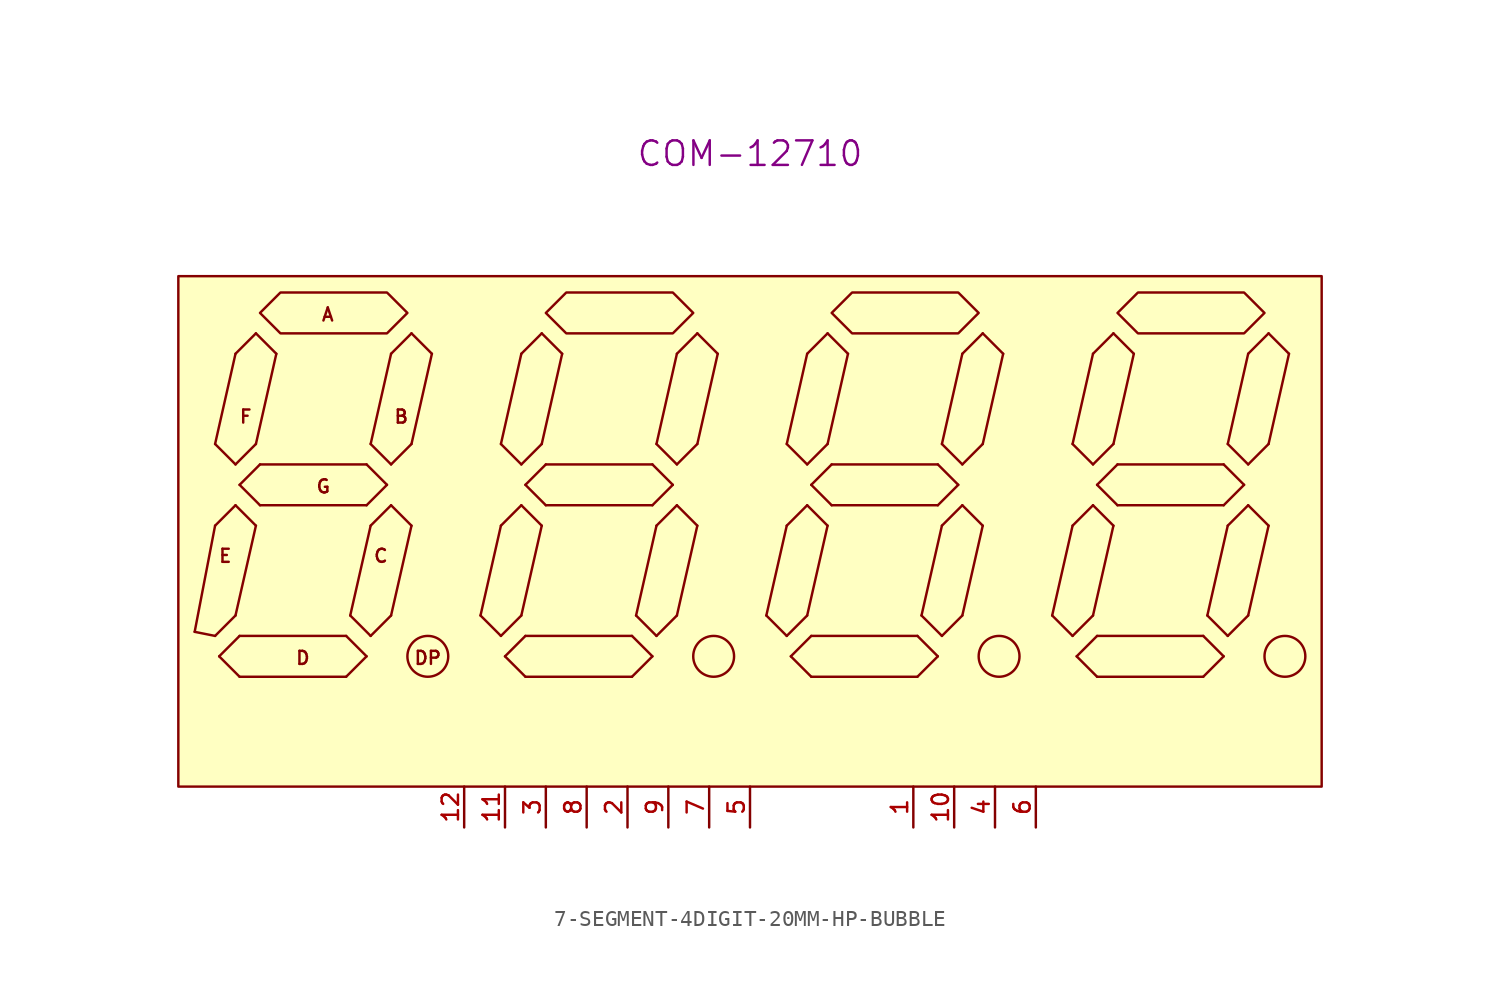
<source format=kicad_sym>
(kicad_symbol_lib
  (version 20220914)
  (generator kicad_symbol_editor)
  (symbol "7-SEGMENT-4DIGIT-20MM-HP-BUBBLE"
    (pin_names
      (offset 1.016) hide)
    (property "Reference" "DISP"
      (at 0 20.32 0)
      (effects (font (size 1.143 1.143)) hide))
    (property "Field4" "COM-12710"
      (at 0 24.13 0)
      (effects (font (size 1.524 1.524))))
    (property "ki_locked" ""
      (at 0 0 0)
      (effects (font (size 1.27 1.27))))
    (symbol "7-SEGMENT-4DIGIT-20MM-HP-BUBBLE_1_0"
      (polyline (pts (xy -34.544 -5.613) (xy -33.274 -5.867)) (stroke (width 0) (type solid)) (fill (type none)))
      (polyline (pts (xy -33.274 -5.867) (xy -32.004 -4.597)) (stroke (width 0) (type solid)) (fill (type none)))
      (polyline (pts (xy -33.274 0.991) (xy -34.544 -5.613)) (stroke (width 0) (type solid)) (fill (type none)))
      (polyline (pts (xy -33.274 6.071) (xy -32.004 4.801)) (stroke (width 0) (type solid)) (fill (type none)))
      (polyline (pts (xy -33.02 -7.137) (xy -31.75 -8.407)) (stroke (width 0) (type solid)) (fill (type none)))
      (polyline (pts (xy -33.02 -7.137) (xy -31.75 -5.867)) (stroke (width 0) (type solid)) (fill (type none)))
      (polyline (pts (xy -32.004 -4.597) (xy -30.734 0.991)) (stroke (width 0) (type solid)) (fill (type none)))
      (polyline (pts (xy -32.004 2.261) (xy -33.274 0.991)) (stroke (width 0) (type solid)) (fill (type none)))
      (polyline (pts (xy -32.004 2.261) (xy -30.734 0.991)) (stroke (width 0) (type solid)) (fill (type none)))
      (polyline (pts (xy -32.004 4.801) (xy -30.734 6.071)) (stroke (width 0) (type solid)) (fill (type none)))
      (polyline (pts (xy -32.004 11.684) (xy -33.274 6.071)) (stroke (width 0) (type solid)) (fill (type none)))
      (polyline (pts (xy -31.75 -8.407) (xy -25.121 -8.407)) (stroke (width 0) (type solid)) (fill (type none)))
      (polyline (pts (xy -31.75 3.531) (xy -30.48 2.261)) (stroke (width 0) (type solid)) (fill (type none)))
      (polyline (pts (xy -31.75 3.531) (xy -30.48 4.801)) (stroke (width 0) (type solid)) (fill (type none)))
      (polyline (pts (xy -30.734 6.071) (xy -29.464 11.684)) (stroke (width 0) (type solid)) (fill (type none)))
      (polyline (pts (xy -30.734 12.954) (xy -32.004 11.684)) (stroke (width 0) (type solid)) (fill (type none)))
      (polyline (pts (xy -30.734 12.954) (xy -29.464 11.684)) (stroke (width 0) (type solid)) (fill (type none)))
      (polyline (pts (xy -30.48 2.261) (xy -23.851 2.261)) (stroke (width 0) (type solid)) (fill (type none)))
      (polyline (pts (xy -25.121 -8.407) (xy -23.851 -7.137)) (stroke (width 0) (type solid)) (fill (type none)))
      (polyline (pts (xy -25.121 -5.867) (xy -31.75 -5.867)) (stroke (width 0) (type solid)) (fill (type none)))
      (polyline (pts (xy -24.867 -4.597) (xy -23.597 -5.867)) (stroke (width 0) (type solid)) (fill (type none)))
      (polyline (pts (xy -23.851 -7.137) (xy -25.121 -5.867)) (stroke (width 0) (type solid)) (fill (type none)))
      (polyline (pts (xy -23.851 2.261) (xy -22.581 3.531)) (stroke (width 0) (type solid)) (fill (type none)))
      (polyline (pts (xy -23.851 4.801) (xy -30.48 4.801)) (stroke (width 0) (type solid)) (fill (type none)))
      (polyline (pts (xy -23.597 -5.867) (xy -22.327 -4.597)) (stroke (width 0) (type solid)) (fill (type none)))
      (polyline (pts (xy -23.597 0.991) (xy -24.867 -4.597)) (stroke (width 0) (type solid)) (fill (type none)))
      (polyline (pts (xy -23.597 6.071) (xy -22.327 4.801)) (stroke (width 0) (type solid)) (fill (type none)))
      (polyline (pts (xy -22.581 3.531) (xy -23.851 4.801)) (stroke (width 0) (type solid)) (fill (type none)))
      (polyline (pts (xy -22.327 -4.597) (xy -21.057 0.991)) (stroke (width 0) (type solid)) (fill (type none)))
      (polyline (pts (xy -22.327 2.261) (xy -23.597 0.991)) (stroke (width 0) (type solid)) (fill (type none)))
      (polyline (pts (xy -22.327 2.261) (xy -21.057 0.991)) (stroke (width 0) (type solid)) (fill (type none)))
      (polyline (pts (xy -22.327 4.801) (xy -21.057 6.071)) (stroke (width 0) (type solid)) (fill (type none)))
      (polyline (pts (xy -22.327 11.684) (xy -23.597 6.071)) (stroke (width 0) (type solid)) (fill (type none)))
      (polyline (pts (xy -21.057 6.071) (xy -19.787 11.684)) (stroke (width 0) (type solid)) (fill (type none)))
      (polyline (pts (xy -21.057 12.954) (xy -22.327 11.684)) (stroke (width 0) (type solid)) (fill (type none)))
      (polyline (pts (xy -21.057 12.954) (xy -19.787 11.684)) (stroke (width 0) (type solid)) (fill (type none)))
      (polyline (pts (xy -16.764 -4.597) (xy -15.494 -5.867)) (stroke (width 0) (type solid)) (fill (type none)))
      (polyline (pts (xy -15.494 -5.867) (xy -14.224 -4.597)) (stroke (width 0) (type solid)) (fill (type none)))
      (polyline (pts (xy -15.494 0.991) (xy -16.764 -4.597)) (stroke (width 0) (type solid)) (fill (type none)))
      (polyline (pts (xy -15.494 6.071) (xy -14.224 4.801)) (stroke (width 0) (type solid)) (fill (type none)))
      (polyline (pts (xy -15.24 -7.137) (xy -13.97 -8.407)) (stroke (width 0) (type solid)) (fill (type none)))
      (polyline (pts (xy -15.24 -7.137) (xy -13.97 -5.867)) (stroke (width 0) (type solid)) (fill (type none)))
      (polyline (pts (xy -14.224 -4.597) (xy -12.954 0.991)) (stroke (width 0) (type solid)) (fill (type none)))
      (polyline (pts (xy -14.224 2.261) (xy -15.494 0.991)) (stroke (width 0) (type solid)) (fill (type none)))
      (polyline (pts (xy -14.224 2.261) (xy -12.954 0.991)) (stroke (width 0) (type solid)) (fill (type none)))
      (polyline (pts (xy -14.224 4.801) (xy -12.954 6.071)) (stroke (width 0) (type solid)) (fill (type none)))
      (polyline (pts (xy -14.224 11.684) (xy -15.494 6.071)) (stroke (width 0) (type solid)) (fill (type none)))
      (polyline (pts (xy -13.97 -8.407) (xy -7.341 -8.407)) (stroke (width 0) (type solid)) (fill (type none)))
      (polyline (pts (xy -13.97 3.531) (xy -12.7 2.261)) (stroke (width 0) (type solid)) (fill (type none)))
      (polyline (pts (xy -13.97 3.531) (xy -12.7 4.801)) (stroke (width 0) (type solid)) (fill (type none)))
      (polyline (pts (xy -12.954 6.071) (xy -11.684 11.684)) (stroke (width 0) (type solid)) (fill (type none)))
      (polyline (pts (xy -12.954 12.954) (xy -14.224 11.684)) (stroke (width 0) (type solid)) (fill (type none)))
      (polyline (pts (xy -12.954 12.954) (xy -11.684 11.684)) (stroke (width 0) (type solid)) (fill (type none)))
      (polyline (pts (xy -12.7 2.261) (xy -6.071 2.261)) (stroke (width 0) (type solid)) (fill (type none)))
      (polyline (pts (xy -7.341 -8.407) (xy -6.071 -7.137)) (stroke (width 0) (type solid)) (fill (type none)))
      (polyline (pts (xy -7.341 -5.867) (xy -13.97 -5.867)) (stroke (width 0) (type solid)) (fill (type none)))
      (polyline (pts (xy -7.087 -4.597) (xy -5.817 -5.867)) (stroke (width 0) (type solid)) (fill (type none)))
      (polyline (pts (xy -6.071 -7.137) (xy -7.341 -5.867)) (stroke (width 0) (type solid)) (fill (type none)))
      (polyline (pts (xy -6.071 2.261) (xy -4.801 3.531)) (stroke (width 0) (type solid)) (fill (type none)))
      (polyline (pts (xy -6.071 4.801) (xy -12.7 4.801)) (stroke (width 0) (type solid)) (fill (type none)))
      (polyline (pts (xy -5.817 -5.867) (xy -4.547 -4.597)) (stroke (width 0) (type solid)) (fill (type none)))
      (polyline (pts (xy -5.817 0.991) (xy -7.087 -4.597)) (stroke (width 0) (type solid)) (fill (type none)))
      (polyline (pts (xy -5.817 6.071) (xy -4.547 4.801)) (stroke (width 0) (type solid)) (fill (type none)))
      (polyline (pts (xy -4.801 3.531) (xy -6.071 4.801)) (stroke (width 0) (type solid)) (fill (type none)))
      (polyline (pts (xy -4.547 -4.597) (xy -3.277 0.991)) (stroke (width 0) (type solid)) (fill (type none)))
      (polyline (pts (xy -4.547 2.261) (xy -5.817 0.991)) (stroke (width 0) (type solid)) (fill (type none)))
      (polyline (pts (xy -4.547 2.261) (xy -3.277 0.991)) (stroke (width 0) (type solid)) (fill (type none)))
      (polyline (pts (xy -4.547 4.801) (xy -3.277 6.071)) (stroke (width 0) (type solid)) (fill (type none)))
      (polyline (pts (xy -4.547 11.684) (xy -5.817 6.071)) (stroke (width 0) (type solid)) (fill (type none)))
      (polyline (pts (xy -3.277 6.071) (xy -2.007 11.684)) (stroke (width 0) (type solid)) (fill (type none)))
      (polyline (pts (xy -3.277 12.954) (xy -4.547 11.684)) (stroke (width 0) (type solid)) (fill (type none)))
      (polyline (pts (xy -3.277 12.954) (xy -2.007 11.684)) (stroke (width 0) (type solid)) (fill (type none)))
      (polyline (pts (xy 1.016 -4.597) (xy 2.286 -5.867)) (stroke (width 0) (type solid)) (fill (type none)))
      (polyline (pts (xy 2.286 -5.867) (xy 3.556 -4.597)) (stroke (width 0) (type solid)) (fill (type none)))
      (polyline (pts (xy 2.286 0.991) (xy 1.016 -4.597)) (stroke (width 0) (type solid)) (fill (type none)))
      (polyline (pts (xy 2.286 6.071) (xy 3.556 4.801)) (stroke (width 0) (type solid)) (fill (type none)))
      (polyline (pts (xy 2.54 -7.137) (xy 3.81 -8.407)) (stroke (width 0) (type solid)) (fill (type none)))
      (polyline (pts (xy 2.54 -7.137) (xy 3.81 -5.867)) (stroke (width 0) (type solid)) (fill (type none)))
      (polyline (pts (xy 3.556 -4.597) (xy 4.826 0.991)) (stroke (width 0) (type solid)) (fill (type none)))
      (polyline (pts (xy 3.556 2.261) (xy 2.286 0.991)) (stroke (width 0) (type solid)) (fill (type none)))
      (polyline (pts (xy 3.556 2.261) (xy 4.826 0.991)) (stroke (width 0) (type solid)) (fill (type none)))
      (polyline (pts (xy 3.556 4.801) (xy 4.826 6.071)) (stroke (width 0) (type solid)) (fill (type none)))
      (polyline (pts (xy 3.556 11.684) (xy 2.286 6.071)) (stroke (width 0) (type solid)) (fill (type none)))
      (polyline (pts (xy 3.81 -8.407) (xy 10.414 -8.407)) (stroke (width 0) (type solid)) (fill (type none)))
      (polyline (pts (xy 3.81 3.531) (xy 5.08 2.261)) (stroke (width 0) (type solid)) (fill (type none)))
      (polyline (pts (xy 3.81 3.531) (xy 5.08 4.801)) (stroke (width 0) (type solid)) (fill (type none)))
      (polyline (pts (xy 4.826 6.071) (xy 6.096 11.684)) (stroke (width 0) (type solid)) (fill (type none)))
      (polyline (pts (xy 4.826 12.954) (xy 3.556 11.684)) (stroke (width 0) (type solid)) (fill (type none)))
      (polyline (pts (xy 4.826 12.954) (xy 6.096 11.684)) (stroke (width 0) (type solid)) (fill (type none)))
      (polyline (pts (xy 5.08 2.261) (xy 11.684 2.261)) (stroke (width 0) (type solid)) (fill (type none)))
      (polyline (pts (xy 10.414 -8.407) (xy 11.684 -7.137)) (stroke (width 0) (type solid)) (fill (type none)))
      (polyline (pts (xy 10.414 -5.867) (xy 3.81 -5.867)) (stroke (width 0) (type solid)) (fill (type none)))
      (polyline (pts (xy 10.668 -4.597) (xy 11.938 -5.867)) (stroke (width 0) (type solid)) (fill (type none)))
      (polyline (pts (xy 11.684 -7.137) (xy 10.414 -5.867)) (stroke (width 0) (type solid)) (fill (type none)))
      (polyline (pts (xy 11.684 2.261) (xy 12.954 3.531)) (stroke (width 0) (type solid)) (fill (type none)))
      (polyline (pts (xy 11.684 4.801) (xy 5.08 4.801)) (stroke (width 0) (type solid)) (fill (type none)))
      (polyline (pts (xy 11.938 -5.867) (xy 13.208 -4.597)) (stroke (width 0) (type solid)) (fill (type none)))
      (polyline (pts (xy 11.938 0.991) (xy 10.668 -4.597)) (stroke (width 0) (type solid)) (fill (type none)))
      (polyline (pts (xy 11.938 6.071) (xy 13.208 4.801)) (stroke (width 0) (type solid)) (fill (type none)))
      (polyline (pts (xy 12.954 3.531) (xy 11.684 4.801)) (stroke (width 0) (type solid)) (fill (type none)))
      (polyline (pts (xy 13.208 -4.597) (xy 14.478 0.991)) (stroke (width 0) (type solid)) (fill (type none)))
      (polyline (pts (xy 13.208 2.261) (xy 11.938 0.991)) (stroke (width 0) (type solid)) (fill (type none)))
      (polyline (pts (xy 13.208 2.261) (xy 14.478 0.991)) (stroke (width 0) (type solid)) (fill (type none)))
      (polyline (pts (xy 13.208 4.801) (xy 14.478 6.071)) (stroke (width 0) (type solid)) (fill (type none)))
      (polyline (pts (xy 13.208 11.684) (xy 11.938 6.071)) (stroke (width 0) (type solid)) (fill (type none)))
      (polyline (pts (xy 14.478 6.071) (xy 15.748 11.684)) (stroke (width 0) (type solid)) (fill (type none)))
      (polyline (pts (xy 14.478 12.954) (xy 13.208 11.684)) (stroke (width 0) (type solid)) (fill (type none)))
      (polyline (pts (xy 14.478 12.954) (xy 15.748 11.684)) (stroke (width 0) (type solid)) (fill (type none)))
      (polyline (pts (xy 18.796 -4.597) (xy 20.066 -5.867)) (stroke (width 0) (type solid)) (fill (type none)))
      (polyline (pts (xy 20.066 -5.867) (xy 21.336 -4.597)) (stroke (width 0) (type solid)) (fill (type none)))
      (polyline (pts (xy 20.066 0.991) (xy 18.796 -4.597)) (stroke (width 0) (type solid)) (fill (type none)))
      (polyline (pts (xy 20.066 6.071) (xy 21.336 4.801)) (stroke (width 0) (type solid)) (fill (type none)))
      (polyline (pts (xy 20.32 -7.137) (xy 21.59 -8.407)) (stroke (width 0) (type solid)) (fill (type none)))
      (polyline (pts (xy 20.32 -7.137) (xy 21.59 -5.867)) (stroke (width 0) (type solid)) (fill (type none)))
      (polyline (pts (xy 21.336 -4.597) (xy 22.606 0.991)) (stroke (width 0) (type solid)) (fill (type none)))
      (polyline (pts (xy 21.336 2.261) (xy 20.066 0.991)) (stroke (width 0) (type solid)) (fill (type none)))
      (polyline (pts (xy 21.336 2.261) (xy 22.606 0.991)) (stroke (width 0) (type solid)) (fill (type none)))
      (polyline (pts (xy 21.336 4.801) (xy 22.606 6.071)) (stroke (width 0) (type solid)) (fill (type none)))
      (polyline (pts (xy 21.336 11.684) (xy 20.066 6.071)) (stroke (width 0) (type solid)) (fill (type none)))
      (polyline (pts (xy 21.59 -8.407) (xy 28.194 -8.407)) (stroke (width 0) (type solid)) (fill (type none)))
      (polyline (pts (xy 21.59 3.531) (xy 22.86 2.261)) (stroke (width 0) (type solid)) (fill (type none)))
      (polyline (pts (xy 21.59 3.531) (xy 22.86 4.801)) (stroke (width 0) (type solid)) (fill (type none)))
      (polyline (pts (xy 22.606 6.071) (xy 23.876 11.684)) (stroke (width 0) (type solid)) (fill (type none)))
      (polyline (pts (xy 22.606 12.954) (xy 21.336 11.684)) (stroke (width 0) (type solid)) (fill (type none)))
      (polyline (pts (xy 22.606 12.954) (xy 23.876 11.684)) (stroke (width 0) (type solid)) (fill (type none)))
      (polyline (pts (xy 22.86 2.261) (xy 29.464 2.261)) (stroke (width 0) (type solid)) (fill (type none)))
      (polyline (pts (xy 28.194 -8.407) (xy 29.464 -7.137)) (stroke (width 0) (type solid)) (fill (type none)))
      (polyline (pts (xy 28.194 -5.867) (xy 21.59 -5.867)) (stroke (width 0) (type solid)) (fill (type none)))
      (polyline (pts (xy 28.448 -4.597) (xy 29.718 -5.867)) (stroke (width 0) (type solid)) (fill (type none)))
      (polyline (pts (xy 29.464 -7.137) (xy 28.194 -5.867)) (stroke (width 0) (type solid)) (fill (type none)))
      (polyline (pts (xy 29.464 2.261) (xy 30.734 3.531)) (stroke (width 0) (type solid)) (fill (type none)))
      (polyline (pts (xy 29.464 4.801) (xy 22.86 4.801)) (stroke (width 0) (type solid)) (fill (type none)))
      (polyline (pts (xy 29.718 -5.867) (xy 30.988 -4.597)) (stroke (width 0) (type solid)) (fill (type none)))
      (polyline (pts (xy 29.718 0.991) (xy 28.448 -4.597)) (stroke (width 0) (type solid)) (fill (type none)))
      (polyline (pts (xy 29.718 6.071) (xy 30.988 4.801)) (stroke (width 0) (type solid)) (fill (type none)))
      (polyline (pts (xy 30.734 3.531) (xy 29.464 4.801)) (stroke (width 0) (type solid)) (fill (type none)))
      (polyline (pts (xy 30.988 -4.597) (xy 32.258 0.991)) (stroke (width 0) (type solid)) (fill (type none)))
      (polyline (pts (xy 30.988 2.261) (xy 29.718 0.991)) (stroke (width 0) (type solid)) (fill (type none)))
      (polyline (pts (xy 30.988 2.261) (xy 32.258 0.991)) (stroke (width 0) (type solid)) (fill (type none)))
      (polyline (pts (xy 30.988 4.801) (xy 32.258 6.071)) (stroke (width 0) (type solid)) (fill (type none)))
      (polyline (pts (xy 30.988 11.684) (xy 29.718 6.071)) (stroke (width 0) (type solid)) (fill (type none)))
      (polyline (pts (xy 32.258 6.071) (xy 33.528 11.684)) (stroke (width 0) (type solid)) (fill (type none)))
      (polyline (pts (xy 32.258 12.954) (xy 30.988 11.684)) (stroke (width 0) (type solid)) (fill (type none)))
      (polyline (pts (xy 32.258 12.954) (xy 33.528 11.684)) (stroke (width 0) (type solid)) (fill (type none)))
      (text "A" (at -26.264 14.122 0) (effects (font (size 0.813 0.813))))
      (text "B" (at -21.692 7.772 0) (effects (font (size 0.813 0.813))))
      (text "C" (at -22.962 -0.889 0) (effects (font (size 0.813 0.813))))
      (text "D" (at -27.813 -7.239 0) (effects (font (size 0.813 0.813))))
      (text "DP" (at -20.041 -7.239 0) (effects (font (size 0.813 0.813))))
      (text "E" (at -32.639 -0.889 0) (effects (font (size 0.813 0.813))))
      (text "F" (at -31.369 7.772 0) (effects (font (size 0.813 0.813))))
      (text "G" (at -26.543 3.429 0) (effects (font (size 0.813 0.813)))))
    (symbol "7-SEGMENT-4DIGIT-20MM-HP-BUBBLE_1_1"
      (circle (center -20.041 -7.137) (radius 1.27) (stroke (width 0) (type solid)) (fill (type none)))
      (circle (center -2.261 -7.137) (radius 1.27) (stroke (width 0) (type solid)) (fill (type none)))
      (polyline (pts (xy -35.56 16.51) (xy 35.56 16.51) (xy 35.56 -15.24) (xy -35.56 -15.24) (xy -35.56 16.51)) (stroke (width 0) (type solid)) (fill (type background)))
      (polyline (pts (xy -22.581 15.494) (xy -21.311 14.224) (xy -22.581 12.954) (xy -29.21 12.954) (xy -30.48 14.224) (xy -29.21 15.494) (xy -22.581 15.494)) (stroke (width 0) (type solid)) (fill (type background)))
      (polyline (pts (xy -4.801 15.494) (xy -3.531 14.224) (xy -4.801 12.954) (xy -11.43 12.954) (xy -12.7 14.224) (xy -11.43 15.494) (xy -4.801 15.494)) (stroke (width 0) (type solid)) (fill (type background)))
      (polyline (pts (xy 12.954 15.494) (xy 14.224 14.224) (xy 12.954 12.954) (xy 6.35 12.954) (xy 5.08 14.224) (xy 6.35 15.494) (xy 12.954 15.494)) (stroke (width 0) (type solid)) (fill (type background)))
      (polyline (pts (xy 30.734 15.494) (xy 32.004 14.224) (xy 30.734 12.954) (xy 24.13 12.954) (xy 22.86 14.224) (xy 24.13 15.494) (xy 30.734 15.494)) (stroke (width 0) (type solid)) (fill (type background)))
      (circle (center 15.494 -7.137) (radius 1.27) (stroke (width 0) (type solid)) (fill (type none)))
      (circle (center 33.274 -7.137) (radius 1.27) (stroke (width 0) (type solid)) (fill (type none)))
      (pin bidirectional line (at 10.16 -17.78 90) (length 2.54) (name "D1" (effects (font (size 1.016 1.016)))) (number "1" (effects (font (size 1.016 1.016)))))
      (pin bidirectional line (at 12.7 -17.78 90) (length 2.54) (name "D2" (effects (font (size 1.016 1.016)))) (number "10" (effects (font (size 1.016 1.016)))))
      (pin bidirectional line (at -15.24 -17.78 90) (length 2.54) (name "B" (effects (font (size 1.016 1.016)))) (number "11" (effects (font (size 1.016 1.016)))))
      (pin bidirectional line (at -17.78 -17.78 90) (length 2.54) (name "A" (effects (font (size 1.016 1.016)))) (number "12" (effects (font (size 1.016 1.016)))))
      (pin bidirectional line (at -7.62 -17.78 90) (length 2.54) (name "E" (effects (font (size 1.016 1.016)))) (number "2" (effects (font (size 1.016 1.016)))))
      (pin bidirectional line (at -12.7 -17.78 90) (length 2.54) (name "C" (effects (font (size 1.016 1.016)))) (number "3" (effects (font (size 1.016 1.016)))))
      (pin bidirectional line (at 15.24 -17.78 90) (length 2.54) (name "D3" (effects (font (size 1.016 1.016)))) (number "4" (effects (font (size 1.016 1.016)))))
      (pin bidirectional line (at 0 -17.78 90) (length 2.54) (name "DP" (effects (font (size 1.016 1.016)))) (number "5" (effects (font (size 1.016 1.016)))))
      (pin bidirectional line (at 17.78 -17.78 90) (length 2.54) (name "D4" (effects (font (size 1.016 1.016)))) (number "6" (effects (font (size 1.016 1.016)))))
      (pin bidirectional line (at -2.54 -17.78 90) (length 2.54) (name "G" (effects (font (size 1.016 1.016)))) (number "7" (effects (font (size 1.016 1.016)))))
      (pin bidirectional line (at -10.16 -17.78 90) (length 2.54) (name "D" (effects (font (size 1.016 1.016)))) (number "8" (effects (font (size 1.016 1.016)))))
      (pin bidirectional line (at -5.08 -17.78 90) (length 2.54) (name "F" (effects (font (size 1.016 1.016)))) (number "9" (effects (font (size 1.016 1.016))))))))
</source>
